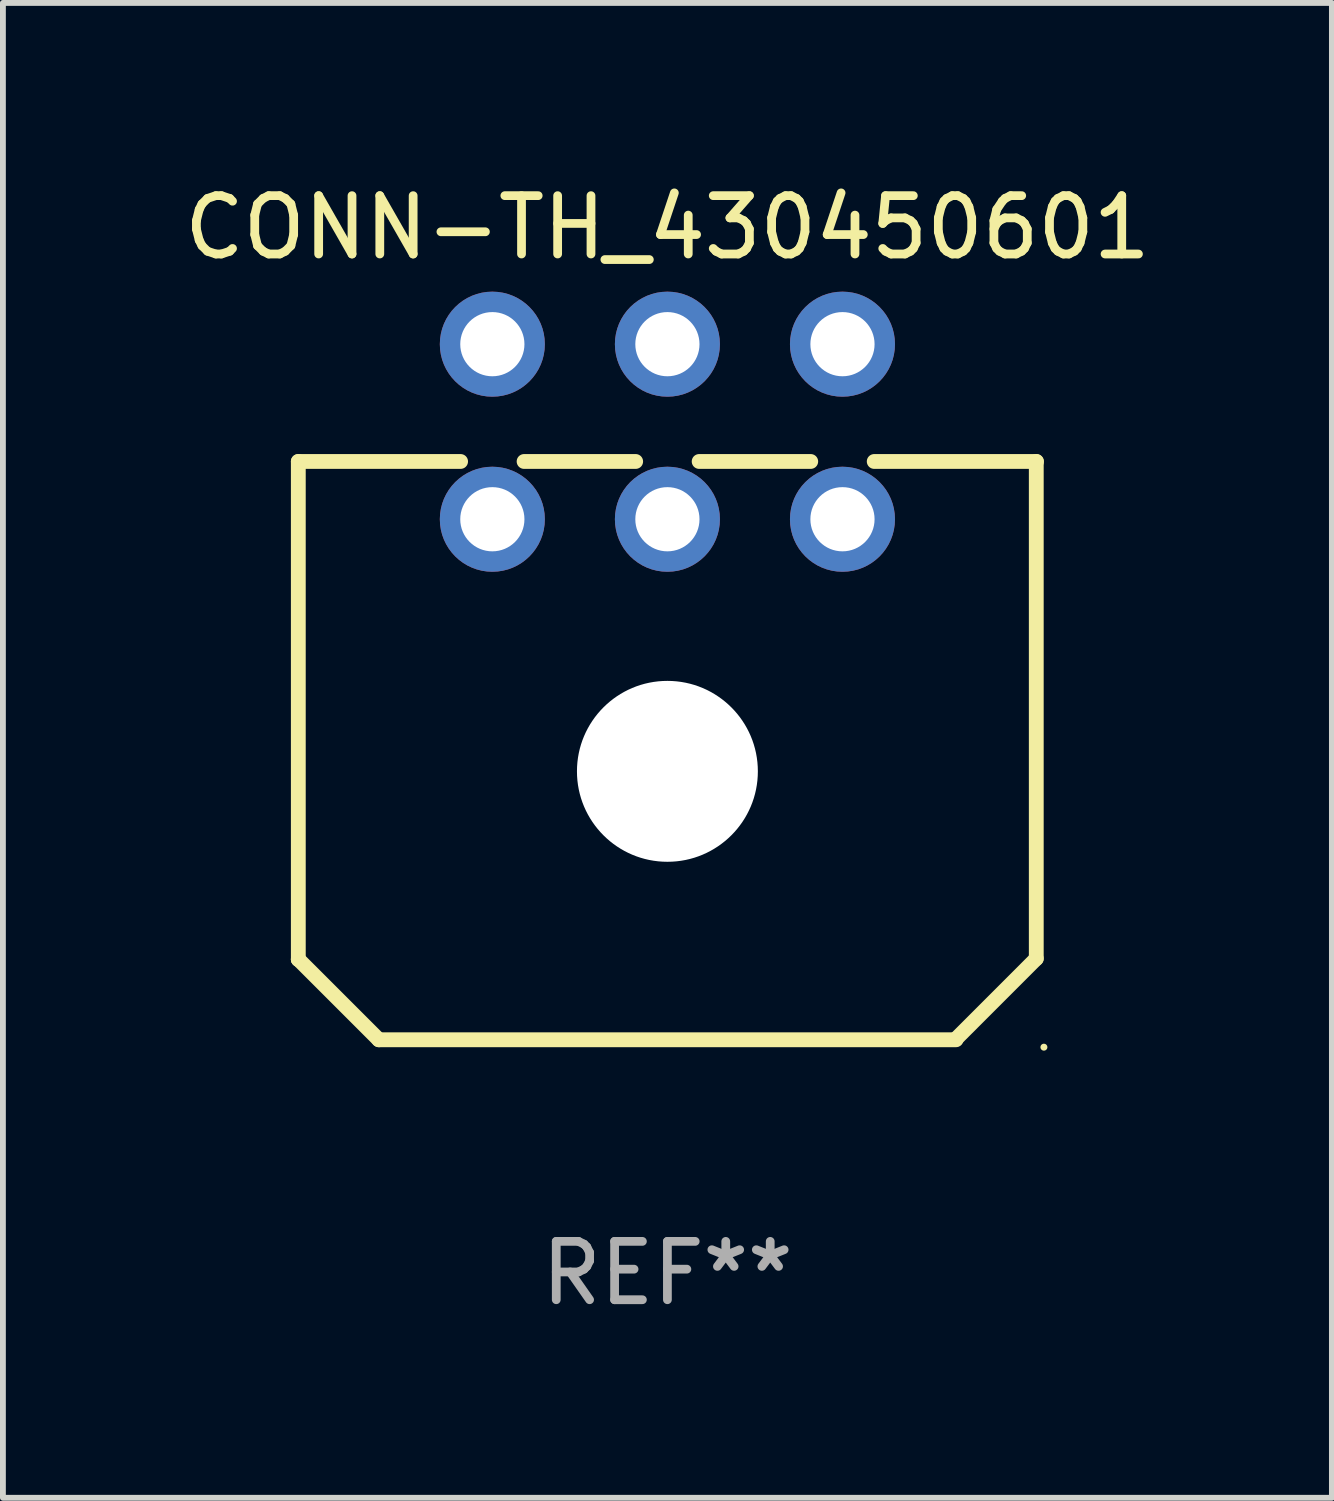
<source format=kicad_pcb>
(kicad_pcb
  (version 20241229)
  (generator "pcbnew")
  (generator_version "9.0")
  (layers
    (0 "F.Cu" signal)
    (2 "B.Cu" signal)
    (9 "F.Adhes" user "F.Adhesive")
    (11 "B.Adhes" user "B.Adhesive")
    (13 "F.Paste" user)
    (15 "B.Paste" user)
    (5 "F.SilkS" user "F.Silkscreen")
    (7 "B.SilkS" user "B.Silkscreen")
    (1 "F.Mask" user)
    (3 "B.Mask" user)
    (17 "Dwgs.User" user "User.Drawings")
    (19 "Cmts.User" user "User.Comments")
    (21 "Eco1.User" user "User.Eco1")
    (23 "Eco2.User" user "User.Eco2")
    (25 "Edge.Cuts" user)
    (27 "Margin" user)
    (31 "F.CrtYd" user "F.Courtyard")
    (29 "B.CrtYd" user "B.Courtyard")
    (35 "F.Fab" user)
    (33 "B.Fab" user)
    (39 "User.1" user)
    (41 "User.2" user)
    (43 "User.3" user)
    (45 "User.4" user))
  (footprint "CONN-TH_430450601"
    (layer "F.Cu")
    (at 8.387 4.348)
    (property "Reference" "CONN-TH_430450601" (at 0 -3.5 0) (layer "F.SilkS") (effects (font (size 1 1) (thickness 0.15))))
    (attr through_hole)
    (fp_line (start -6.325 0.51) (end -6.325 9.043) (stroke (width 0.254) (type solid)) (layer "F.SilkS"))
    (fp_line (start -6.325 0.51) (end -3.544 0.51) (stroke (width 0.254) (type solid)) (layer "F.SilkS"))
    (fp_line (start -6.325 9.04) (end -4.945 10.42) (stroke (width 0.254) (type solid)) (layer "F.SilkS"))
    (fp_line (start -6.325 9.043) (end -6.325 9.04) (stroke (width 0.254) (type solid)) (layer "F.SilkS"))
    (fp_line (start -4.945 10.42) (end 4.945 10.42) (stroke (width 0.254) (type solid)) (layer "F.SilkS"))
    (fp_line (start -2.456 0.51) (end -0.544 0.51) (stroke (width 0.254) (type solid)) (layer "F.SilkS"))
    (fp_line (start 0.544 0.51) (end 2.456 0.51) (stroke (width 0.254) (type solid)) (layer "F.SilkS"))
    (fp_line (start 3.544 0.51) (end 6.325 0.51) (stroke (width 0.254) (type solid)) (layer "F.SilkS"))
    (fp_line (start 4.942 10.409) (end 6.321 9.029) (stroke (width 0.254) (type solid)) (layer "F.SilkS"))
    (fp_line (start 4.945 10.409) (end 4.942 10.409) (stroke (width 0.254) (type solid)) (layer "F.SilkS"))
    (fp_line (start 6.321 9.029) (end 6.321 0.51) (stroke (width 0.254) (type solid)) (layer "F.SilkS"))
    (fp_circle (center 6.452 10.547) (end 6.482 10.547) (stroke (width 0.06) (type solid)) (fill no) (layer "F.SilkS"))
    (fp_text user "REF**" (at 0 14.42 0) (layer "F.Fab") (effects (font (size 1 1) (thickness 0.15))))
    (pad "" np_thru_hole circle (at 0 5.82) (size 3.1 3.1) (drill 3.1) (layers "*.Cu" "*.Mask"))
    (pad "1" thru_hole circle (at 3 1.5) (size 1.8 1.8) (drill 1.1) (layers "*.Cu" "*.Mask"))
    (pad "2" thru_hole circle (at 0 1.5) (size 1.8 1.8) (drill 1.1) (layers "*.Cu" "*.Mask"))
    (pad "3" thru_hole circle (at -3 1.5) (size 1.8 1.8) (drill 1.1) (layers "*.Cu" "*.Mask"))
    (pad "4" thru_hole circle (at 3 -1.5) (size 1.8 1.8) (drill 1.1) (layers "*.Cu" "*.Mask"))
    (pad "5" thru_hole circle (at 0 -1.5) (size 1.8 1.8) (drill 1.1) (layers "*.Cu" "*.Mask"))
    (pad "6" thru_hole circle (at -3 -1.5) (size 1.8 1.8) (drill 1.1) (layers "*.Cu" "*.Mask")))
  (gr_rect
    (start -3 -3)
    (end 19.774 22.617)
    (stroke (width 0.1) (type default))
    (fill no)
    (layer "Edge.Cuts")))
</source>
